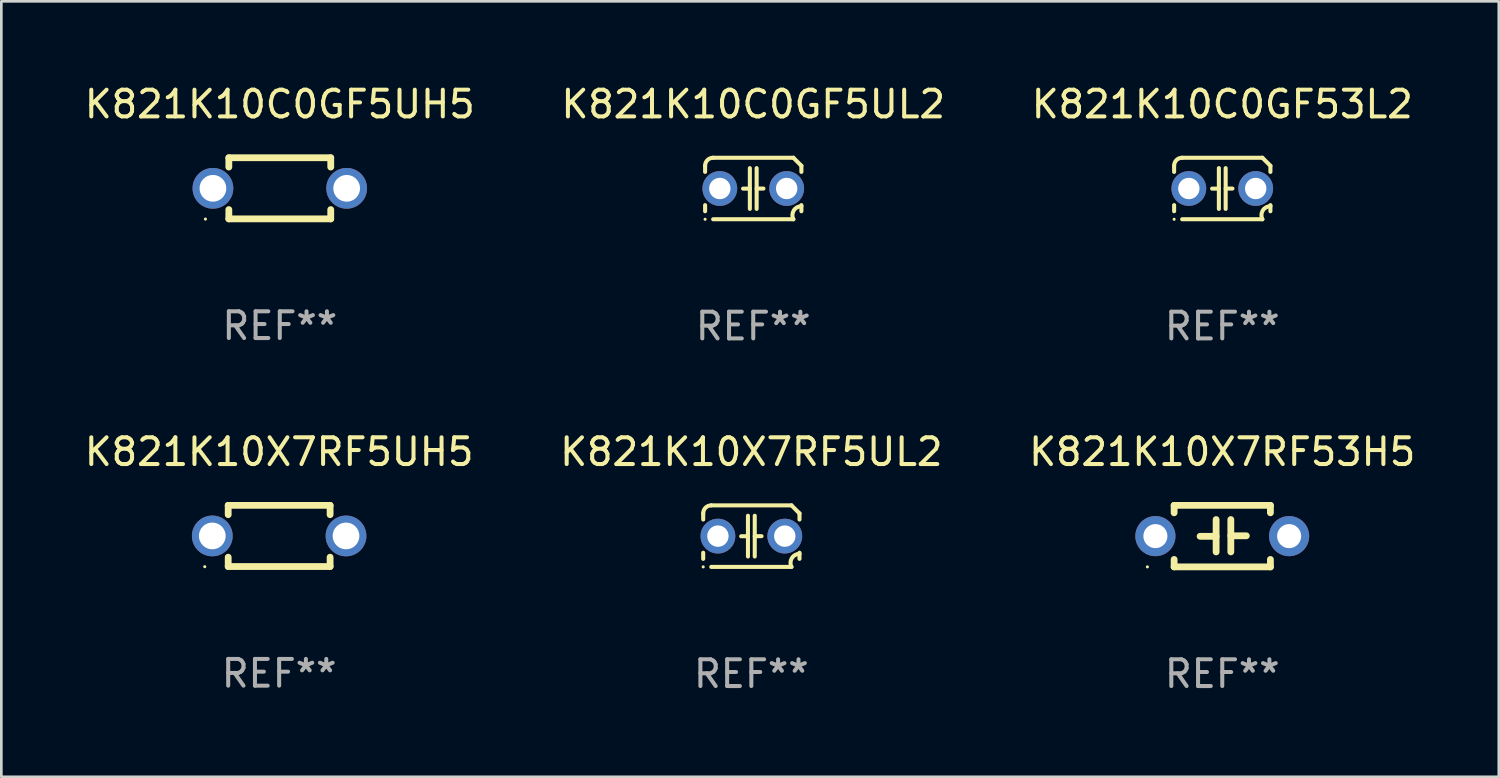
<source format=kicad_pcb>
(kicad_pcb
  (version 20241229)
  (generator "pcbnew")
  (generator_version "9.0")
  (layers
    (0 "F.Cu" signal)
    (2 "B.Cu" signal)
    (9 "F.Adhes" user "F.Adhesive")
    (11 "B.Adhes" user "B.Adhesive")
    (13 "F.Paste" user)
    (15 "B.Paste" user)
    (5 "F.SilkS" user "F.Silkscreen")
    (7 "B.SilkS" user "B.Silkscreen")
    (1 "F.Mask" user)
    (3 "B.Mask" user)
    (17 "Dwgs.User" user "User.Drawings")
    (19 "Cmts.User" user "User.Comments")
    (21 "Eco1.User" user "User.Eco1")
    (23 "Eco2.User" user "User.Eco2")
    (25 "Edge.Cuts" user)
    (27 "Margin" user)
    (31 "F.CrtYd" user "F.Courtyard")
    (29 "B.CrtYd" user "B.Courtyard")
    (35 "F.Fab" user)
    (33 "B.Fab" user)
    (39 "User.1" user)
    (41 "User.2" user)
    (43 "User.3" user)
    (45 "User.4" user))
  (footprint "K821K10C0GF5UL2"
    (layer "F.Cu")
    (at 25.113 3.998)
    (property "Reference" "K821K10C0GF5UL2" (at 0 -3.15 0) (layer "F.SilkS") (effects (font (size 1 1) (thickness 0.15))))
    (attr through_hole)
    (fp_line (start -1.8 -0.621) (end -1.8 -0.85) (stroke (width 0.152) (type solid)) (layer "F.SilkS"))
    (fp_line (start -1.8 0.85) (end -1.8 0.621) (stroke (width 0.152) (type solid)) (layer "F.SilkS"))
    (fp_line (start -1.5 -1.15) (end 1.5 -1.15) (stroke (width 0.152) (type solid)) (layer "F.SilkS"))
    (fp_line (start -0.127 -0.762) (end -0.127 0.762) (stroke (width 0.152) (type solid)) (layer "F.SilkS"))
    (fp_line (start -0.127 0.005) (end -0.381 0.005) (stroke (width 0.152) (type solid)) (layer "F.SilkS"))
    (fp_line (start 0.127 -0.762) (end 0.127 0.762) (stroke (width 0.152) (type solid)) (layer "F.SilkS"))
    (fp_line (start 0.127 0.002) (end 0.381 0.002) (stroke (width 0.152) (type solid)) (layer "F.SilkS"))
    (fp_line (start 1.5 1.15) (end -1.5 1.15) (stroke (width 0.152) (type solid)) (layer "F.SilkS"))
    (fp_line (start 1.8 -0.85) (end 1.8 -0.621) (stroke (width 0.152) (type solid)) (layer "F.SilkS"))
    (fp_line (start 1.8 0.621) (end 1.8 0.85) (stroke (width 0.152) (type solid)) (layer "F.SilkS"))
    (fp_arc (start -1.799975 -0.849987) (mid -1.712107 -1.062119) (end -1.499975 -1.149987) (stroke (width 0.151994) (type solid)) (layer "F.SilkS"))
    (fp_arc (start 1.499975 1.149987) (mid 1.513726 0.822359) (end 1.799975 0.662387) (stroke (width 0.151994) (type solid)) (layer "F.SilkS"))
    (fp_arc (start 1.500001 -1.149986) (mid 1.650015 -1.000001) (end 1.8 -0.849987) (stroke (width 0.151994) (type solid)) (layer "F.SilkS"))
    (fp_circle (center -1.8 1.15) (end -1.77 1.15) (stroke (width 0.06) (type solid)) (fill no) (layer "F.SilkS"))
    (fp_text user "REF**" (at 0 5.15 0) (layer "F.Fab") (effects (font (size 1 1) (thickness 0.15))))
    (pad "1" thru_hole circle (at -1.25 0) (size 1.3 1.3) (drill 0.8) (layers "*.Cu" "*.Mask"))
    (pad "2" thru_hole circle (at 1.25 0) (size 1.3 1.3) (drill 0.8) (layers "*.Cu" "*.Mask")))
  (footprint "K821K10X7RF5UH5"
    (layer "F.Cu")
    (at 7.387 16.988)
    (property "Reference" "K821K10X7RF5UH5" (at 0 -3.143 0) (layer "F.SilkS") (effects (font (size 1 1) (thickness 0.15))))
    (attr through_hole)
    (fp_line (start -1.905 -1.143) (end 1.905 -1.143) (stroke (width 0.254) (type solid)) (layer "F.SilkS"))
    (fp_line (start -1.905 -0.795) (end -1.905 -1.143) (stroke (width 0.254) (type solid)) (layer "F.SilkS"))
    (fp_line (start -1.905 1.143) (end -1.905 0.795) (stroke (width 0.254) (type solid)) (layer "F.SilkS"))
    (fp_line (start 1.905 -1.143) (end 1.905 -0.795) (stroke (width 0.254) (type solid)) (layer "F.SilkS"))
    (fp_line (start 1.905 0.795) (end 1.905 1.143) (stroke (width 0.254) (type solid)) (layer "F.SilkS"))
    (fp_line (start 1.905 1.143) (end -1.905 1.143) (stroke (width 0.254) (type solid)) (layer "F.SilkS"))
    (fp_circle (center -2.781 1.15) (end -2.751 1.15) (stroke (width 0.06) (type solid)) (fill no) (layer "F.SilkS"))
    (fp_text user "REF**" (at 0 5.143 0) (layer "F.Fab") (effects (font (size 1 1) (thickness 0.15))))
    (pad "1" thru_hole circle (at -2.5 0) (size 1.524 1.524) (drill 1) (layers "*.Cu" "*.Mask"))
    (pad "2" thru_hole circle (at 2.5 0) (size 1.524 1.524) (drill 1) (layers "*.Cu" "*.Mask")))
  (footprint "K821K10C0GF53L2"
    (layer "F.Cu")
    (at 42.649 3.998)
    (property "Reference" "K821K10C0GF53L2" (at 0 -3.15 0) (layer "F.SilkS") (effects (font (size 1 1) (thickness 0.15))))
    (attr through_hole)
    (fp_line (start -1.8 -0.621) (end -1.8 -0.85) (stroke (width 0.152) (type solid)) (layer "F.SilkS"))
    (fp_line (start -1.8 0.85) (end -1.8 0.621) (stroke (width 0.152) (type solid)) (layer "F.SilkS"))
    (fp_line (start -1.5 -1.15) (end 1.5 -1.15) (stroke (width 0.152) (type solid)) (layer "F.SilkS"))
    (fp_line (start -0.127 -0.762) (end -0.127 0.762) (stroke (width 0.152) (type solid)) (layer "F.SilkS"))
    (fp_line (start -0.127 0.005) (end -0.381 0.005) (stroke (width 0.152) (type solid)) (layer "F.SilkS"))
    (fp_line (start 0.127 -0.762) (end 0.127 0.762) (stroke (width 0.152) (type solid)) (layer "F.SilkS"))
    (fp_line (start 0.127 0.002) (end 0.381 0.002) (stroke (width 0.152) (type solid)) (layer "F.SilkS"))
    (fp_line (start 1.5 1.15) (end -1.5 1.15) (stroke (width 0.152) (type solid)) (layer "F.SilkS"))
    (fp_line (start 1.8 -0.85) (end 1.8 -0.621) (stroke (width 0.152) (type solid)) (layer "F.SilkS"))
    (fp_line (start 1.8 0.621) (end 1.8 0.85) (stroke (width 0.152) (type solid)) (layer "F.SilkS"))
    (fp_arc (start -1.799975 -0.849987) (mid -1.712107 -1.062119) (end -1.499975 -1.149987) (stroke (width 0.151994) (type solid)) (layer "F.SilkS"))
    (fp_arc (start 1.499975 1.149987) (mid 1.513726 0.822359) (end 1.799975 0.662387) (stroke (width 0.151994) (type solid)) (layer "F.SilkS"))
    (fp_arc (start 1.500001 -1.149986) (mid 1.650015 -1.000001) (end 1.8 -0.849987) (stroke (width 0.151994) (type solid)) (layer "F.SilkS"))
    (fp_circle (center -1.8 1.15) (end -1.77 1.15) (stroke (width 0.06) (type solid)) (fill no) (layer "F.SilkS"))
    (fp_text user "REF**" (at 0 5.15 0) (layer "F.Fab") (effects (font (size 1 1) (thickness 0.15))))
    (pad "1" thru_hole circle (at -1.25 0) (size 1.3 1.3) (drill 0.8) (layers "*.Cu" "*.Mask"))
    (pad "2" thru_hole circle (at 1.25 0) (size 1.3 1.3) (drill 0.8) (layers "*.Cu" "*.Mask")))
  (footprint "K821K10C0GF5UH5"
    (layer "F.Cu")
    (at 7.411 3.991)
    (property "Reference" "K821K10C0GF5UH5" (at 0 -3.143 0) (layer "F.SilkS") (effects (font (size 1 1) (thickness 0.15))))
    (attr through_hole)
    (fp_line (start -1.905 -1.143) (end 1.905 -1.143) (stroke (width 0.254) (type solid)) (layer "F.SilkS"))
    (fp_line (start -1.905 -0.795) (end -1.905 -1.143) (stroke (width 0.254) (type solid)) (layer "F.SilkS"))
    (fp_line (start -1.905 1.143) (end -1.905 0.795) (stroke (width 0.254) (type solid)) (layer "F.SilkS"))
    (fp_line (start 1.905 -1.143) (end 1.905 -0.795) (stroke (width 0.254) (type solid)) (layer "F.SilkS"))
    (fp_line (start 1.905 0.795) (end 1.905 1.143) (stroke (width 0.254) (type solid)) (layer "F.SilkS"))
    (fp_line (start 1.905 1.143) (end -1.905 1.143) (stroke (width 0.254) (type solid)) (layer "F.SilkS"))
    (fp_circle (center -2.781 1.15) (end -2.751 1.15) (stroke (width 0.06) (type solid)) (fill no) (layer "F.SilkS"))
    (fp_text user "REF**" (at 0 5.143 0) (layer "F.Fab") (effects (font (size 1 1) (thickness 0.15))))
    (pad "1" thru_hole circle (at -2.5 0) (size 1.524 1.524) (drill 1) (layers "*.Cu" "*.Mask"))
    (pad "2" thru_hole circle (at 2.5 0) (size 1.524 1.524) (drill 1) (layers "*.Cu" "*.Mask")))
  (footprint "K821K10X7RF53H5"
    (layer "F.Cu")
    (at 42.649 16.995)
    (property "Reference" "K821K10X7RF53H5" (at 0 -3.15 0) (layer "F.SilkS") (effects (font (size 1 1) (thickness 0.15))))
    (attr through_hole)
    (fp_line (start -1.8 -1.15) (end -1.8 -0.872) (stroke (width 0.254) (type solid)) (layer "F.SilkS"))
    (fp_line (start -1.8 -1.15) (end 1.8 -1.15) (stroke (width 0.254) (type solid)) (layer "F.SilkS"))
    (fp_line (start -1.8 0.872) (end -1.8 1.15) (stroke (width 0.254) (type solid)) (layer "F.SilkS"))
    (fp_line (start -1.8 1.15) (end 1.8 1.15) (stroke (width 0.254) (type solid)) (layer "F.SilkS"))
    (fp_line (start -0.23 -0.62) (end -0.23 0.59) (stroke (width 0.254) (type solid)) (layer "F.SilkS"))
    (fp_line (start -0.23 0.007) (end -0.83 0.007) (stroke (width 0.254) (type solid)) (layer "F.SilkS"))
    (fp_line (start 0.32 -0.62) (end 0.32 0.59) (stroke (width 0.254) (type solid)) (layer "F.SilkS"))
    (fp_line (start 0.32 -0.012) (end 0.9 -0.012) (stroke (width 0.254) (type solid)) (layer "F.SilkS"))
    (fp_line (start 1.8 -1.15) (end 1.8 -0.872) (stroke (width 0.254) (type solid)) (layer "F.SilkS"))
    (fp_line (start 1.8 0.872) (end 1.8 1.15) (stroke (width 0.254) (type solid)) (layer "F.SilkS"))
    (fp_circle (center -2.8 1.15) (end -2.77 1.15) (stroke (width 0.06) (type solid)) (fill no) (layer "F.SilkS"))
    (fp_text user "REF**" (at 0 5.15 0) (layer "F.Fab") (effects (font (size 1 1) (thickness 0.15))))
    (pad "1" thru_hole circle (at -2.5 0) (size 1.5 1.5) (drill 0.9) (layers "*.Cu" "*.Mask"))
    (pad "2" thru_hole circle (at 2.5 0) (size 1.5 1.5) (drill 0.9) (layers "*.Cu" "*.Mask")))
  (footprint "K821K10X7RF5UL2"
    (layer "F.Cu")
    (at 25.042 16.995)
    (property "Reference" "K821K10X7RF5UL2" (at 0 -3.15 0) (layer "F.SilkS") (effects (font (size 1 1) (thickness 0.15))))
    (attr through_hole)
    (fp_line (start -1.8 -0.621) (end -1.8 -0.85) (stroke (width 0.152) (type solid)) (layer "F.SilkS"))
    (fp_line (start -1.8 0.85) (end -1.8 0.621) (stroke (width 0.152) (type solid)) (layer "F.SilkS"))
    (fp_line (start -1.5 -1.15) (end 1.5 -1.15) (stroke (width 0.152) (type solid)) (layer "F.SilkS"))
    (fp_line (start -0.127 -0.762) (end -0.127 0.762) (stroke (width 0.152) (type solid)) (layer "F.SilkS"))
    (fp_line (start -0.127 0.005) (end -0.381 0.005) (stroke (width 0.152) (type solid)) (layer "F.SilkS"))
    (fp_line (start 0.127 -0.762) (end 0.127 0.762) (stroke (width 0.152) (type solid)) (layer "F.SilkS"))
    (fp_line (start 0.127 0.002) (end 0.381 0.002) (stroke (width 0.152) (type solid)) (layer "F.SilkS"))
    (fp_line (start 1.5 1.15) (end -1.5 1.15) (stroke (width 0.152) (type solid)) (layer "F.SilkS"))
    (fp_line (start 1.8 -0.85) (end 1.8 -0.621) (stroke (width 0.152) (type solid)) (layer "F.SilkS"))
    (fp_line (start 1.8 0.621) (end 1.8 0.85) (stroke (width 0.152) (type solid)) (layer "F.SilkS"))
    (fp_arc (start -1.799975 -0.849987) (mid -1.712107 -1.062119) (end -1.499975 -1.149987) (stroke (width 0.151994) (type solid)) (layer "F.SilkS"))
    (fp_arc (start 1.499975 1.149987) (mid 1.513726 0.822359) (end 1.799975 0.662387) (stroke (width 0.151994) (type solid)) (layer "F.SilkS"))
    (fp_arc (start 1.500001 -1.149986) (mid 1.650015 -1.000001) (end 1.8 -0.849987) (stroke (width 0.151994) (type solid)) (layer "F.SilkS"))
    (fp_circle (center -1.8 1.15) (end -1.77 1.15) (stroke (width 0.06) (type solid)) (fill no) (layer "F.SilkS"))
    (fp_text user "REF**" (at 0 5.15 0) (layer "F.Fab") (effects (font (size 1 1) (thickness 0.15))))
    (pad "1" thru_hole circle (at -1.25 0) (size 1.3 1.3) (drill 0.8) (layers "*.Cu" "*.Mask"))
    (pad "2" thru_hole circle (at 1.25 0) (size 1.3 1.3) (drill 0.8) (layers "*.Cu" "*.Mask")))
  (gr_rect
    (start -3 -3)
    (end 52.988 25.993)
    (stroke (width 0.1) (type default))
    (fill no)
    (layer "Edge.Cuts")))
</source>
